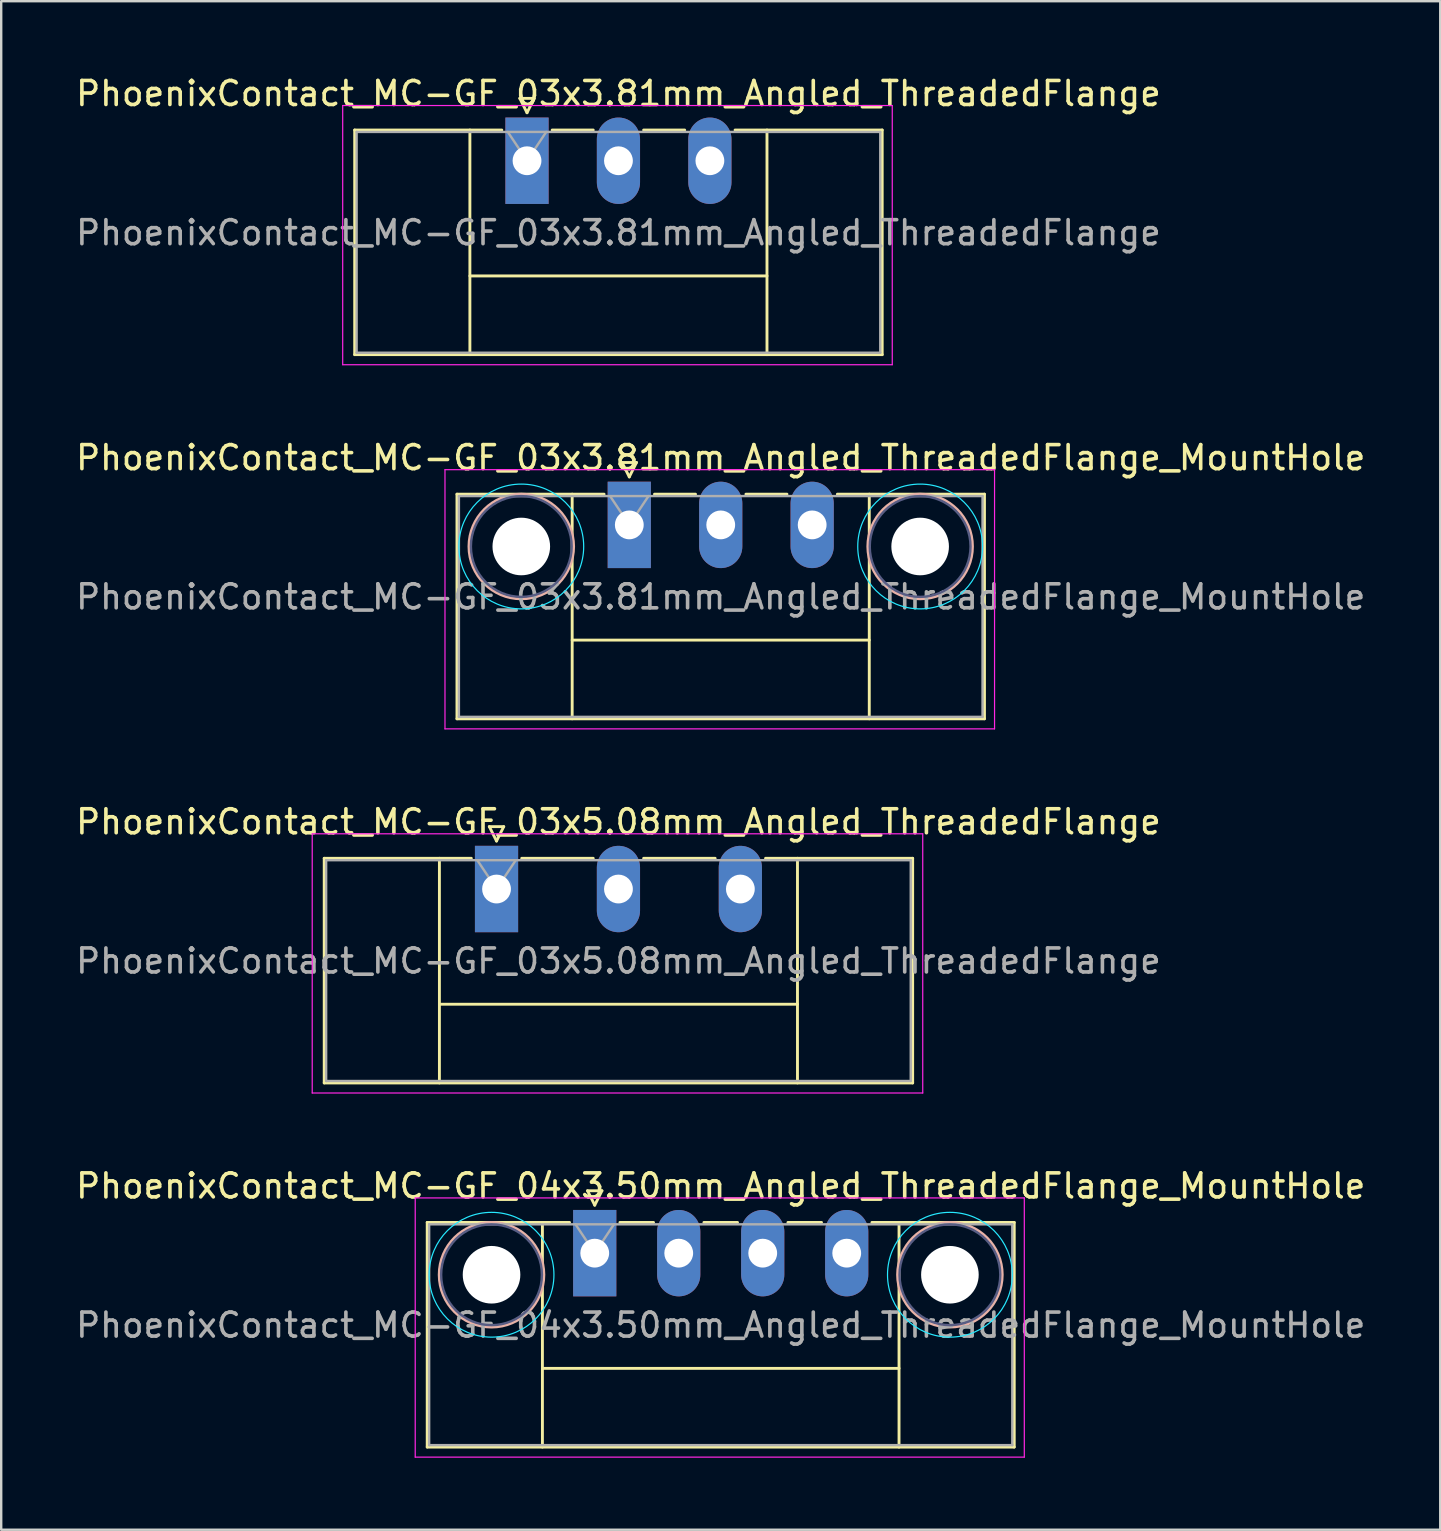
<source format=kicad_pcb>
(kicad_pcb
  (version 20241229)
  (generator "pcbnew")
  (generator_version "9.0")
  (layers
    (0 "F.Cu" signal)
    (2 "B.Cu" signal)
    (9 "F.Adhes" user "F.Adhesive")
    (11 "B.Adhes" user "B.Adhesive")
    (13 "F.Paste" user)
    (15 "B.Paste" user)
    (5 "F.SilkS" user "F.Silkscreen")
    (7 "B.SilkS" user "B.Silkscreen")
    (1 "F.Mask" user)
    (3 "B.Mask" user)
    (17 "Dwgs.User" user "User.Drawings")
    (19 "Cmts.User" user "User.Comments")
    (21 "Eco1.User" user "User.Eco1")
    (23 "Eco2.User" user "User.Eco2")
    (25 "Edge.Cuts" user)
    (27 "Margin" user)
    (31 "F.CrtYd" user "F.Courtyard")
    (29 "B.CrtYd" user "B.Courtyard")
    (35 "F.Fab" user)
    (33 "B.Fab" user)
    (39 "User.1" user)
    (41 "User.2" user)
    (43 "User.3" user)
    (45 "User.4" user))
  (footprint "PhoenixContact_MC-GF_03x3.81mm_Angled_ThreadedFlange"
    (layer "F.Cu")
    (at 18.91 3.648)
    (property "Reference" "PhoenixContact_MC-GF_03x3.81mm_Angled_ThreadedFlange" (at 3.81 -2.8 0) (layer "F.SilkS") (effects (font (size 1 1) (thickness 0.15))))
    (attr through_hole)
    (fp_line (start -7.18 -1.28) (end -7.18 8.08) (stroke (width 0.12) (type solid)) (layer "F.SilkS"))
    (fp_line (start -7.18 -1.28) (end -1.05 -1.28) (stroke (width 0.12) (type solid)) (layer "F.SilkS"))
    (fp_line (start -7.18 8.08) (end 14.8 8.08) (stroke (width 0.12) (type solid)) (layer "F.SilkS"))
    (fp_line (start -2.38 -1.28) (end -2.38 8.08) (stroke (width 0.12) (type solid)) (layer "F.SilkS"))
    (fp_line (start -2.38 4.8) (end 10 4.8) (stroke (width 0.12) (type solid)) (layer "F.SilkS"))
    (fp_line (start -0.3 -2.6) (end 0.3 -2.6) (stroke (width 0.12) (type solid)) (layer "F.SilkS"))
    (fp_line (start 0 -2) (end -0.3 -2.6) (stroke (width 0.12) (type solid)) (layer "F.SilkS"))
    (fp_line (start 0.3 -2.6) (end 0 -2) (stroke (width 0.12) (type solid)) (layer "F.SilkS"))
    (fp_line (start 1.05 -1.28) (end 2.76 -1.28) (stroke (width 0.12) (type solid)) (layer "F.SilkS"))
    (fp_line (start 4.86 -1.28) (end 6.57 -1.28) (stroke (width 0.12) (type solid)) (layer "F.SilkS"))
    (fp_line (start 10 -1.28) (end 10 8.08) (stroke (width 0.12) (type solid)) (layer "F.SilkS"))
    (fp_line (start 14.8 -1.28) (end 8.67 -1.28) (stroke (width 0.12) (type solid)) (layer "F.SilkS"))
    (fp_line (start 14.8 8.08) (end 14.8 -1.28) (stroke (width 0.12) (type solid)) (layer "F.SilkS"))
    (fp_line (start -7.68 -2.3) (end -7.68 8.5) (stroke (width 0.05) (type solid)) (layer "F.CrtYd"))
    (fp_line (start -7.68 8.5) (end 15.22 8.5) (stroke (width 0.05) (type solid)) (layer "F.CrtYd"))
    (fp_line (start 15.22 -2.3) (end -7.68 -2.3) (stroke (width 0.05) (type solid)) (layer "F.CrtYd"))
    (fp_line (start 15.22 8.5) (end 15.22 -2.3) (stroke (width 0.05) (type solid)) (layer "F.CrtYd"))
    (fp_line (start -7.1 -1.2) (end -7.1 8) (stroke (width 0.1) (type solid)) (layer "F.Fab"))
    (fp_line (start -7.1 8) (end 14.72 8) (stroke (width 0.1) (type solid)) (layer "F.Fab"))
    (fp_line (start 0 0) (end -0.8 -1.2) (stroke (width 0.1) (type solid)) (layer "F.Fab"))
    (fp_line (start 0.8 -1.2) (end 0 0) (stroke (width 0.1) (type solid)) (layer "F.Fab"))
    (fp_line (start 14.72 -1.2) (end -7.1 -1.2) (stroke (width 0.1) (type solid)) (layer "F.Fab"))
    (fp_line (start 14.72 8) (end 14.72 -1.2) (stroke (width 0.1) (type solid)) (layer "F.Fab"))
    (fp_text user "${REFERENCE}" (at 3.81 3 0) (layer "F.Fab") (effects (font (size 1 1) (thickness 0.15))))
    (pad "1" thru_hole rect (at 0 0) (size 1.8 3.6) (drill 1.2) (layers "*.Cu" "*.Mask"))
    (pad "2" thru_hole oval (at 3.81 0) (size 1.8 3.6) (drill 1.2) (layers "*.Cu" "*.Mask"))
    (pad "3" thru_hole oval (at 7.62 0) (size 1.8 3.6) (drill 1.2) (layers "*.Cu" "*.Mask")))
  (footprint "PhoenixContact_MC-GF_03x5.08mm_Angled_ThreadedFlange"
    (layer "F.Cu")
    (at 17.64 33.995)
    (property "Reference" "PhoenixContact_MC-GF_03x5.08mm_Angled_ThreadedFlange" (at 5.08 -2.8 0) (layer "F.SilkS") (effects (font (size 1 1) (thickness 0.15))))
    (attr through_hole)
    (fp_line (start -7.18 -1.28) (end -7.18 8.08) (stroke (width 0.12) (type solid)) (layer "F.SilkS"))
    (fp_line (start -7.18 -1.28) (end -1.05 -1.28) (stroke (width 0.12) (type solid)) (layer "F.SilkS"))
    (fp_line (start -7.18 8.08) (end 17.34 8.08) (stroke (width 0.12) (type solid)) (layer "F.SilkS"))
    (fp_line (start -2.38 -1.28) (end -2.38 8.08) (stroke (width 0.12) (type solid)) (layer "F.SilkS"))
    (fp_line (start -2.38 4.8) (end 12.54 4.8) (stroke (width 0.12) (type solid)) (layer "F.SilkS"))
    (fp_line (start -0.3 -2.6) (end 0.3 -2.6) (stroke (width 0.12) (type solid)) (layer "F.SilkS"))
    (fp_line (start 0 -2) (end -0.3 -2.6) (stroke (width 0.12) (type solid)) (layer "F.SilkS"))
    (fp_line (start 0.3 -2.6) (end 0 -2) (stroke (width 0.12) (type solid)) (layer "F.SilkS"))
    (fp_line (start 1.05 -1.28) (end 4.03 -1.28) (stroke (width 0.12) (type solid)) (layer "F.SilkS"))
    (fp_line (start 6.13 -1.28) (end 9.11 -1.28) (stroke (width 0.12) (type solid)) (layer "F.SilkS"))
    (fp_line (start 12.54 -1.28) (end 12.54 8.08) (stroke (width 0.12) (type solid)) (layer "F.SilkS"))
    (fp_line (start 17.34 -1.28) (end 11.21 -1.28) (stroke (width 0.12) (type solid)) (layer "F.SilkS"))
    (fp_line (start 17.34 8.08) (end 17.34 -1.28) (stroke (width 0.12) (type solid)) (layer "F.SilkS"))
    (fp_line (start -7.68 -2.3) (end -7.68 8.5) (stroke (width 0.05) (type solid)) (layer "F.CrtYd"))
    (fp_line (start -7.68 8.5) (end 17.76 8.5) (stroke (width 0.05) (type solid)) (layer "F.CrtYd"))
    (fp_line (start 17.76 -2.3) (end -7.68 -2.3) (stroke (width 0.05) (type solid)) (layer "F.CrtYd"))
    (fp_line (start 17.76 8.5) (end 17.76 -2.3) (stroke (width 0.05) (type solid)) (layer "F.CrtYd"))
    (fp_line (start -7.1 -1.2) (end -7.1 8) (stroke (width 0.1) (type solid)) (layer "F.Fab"))
    (fp_line (start -7.1 8) (end 17.26 8) (stroke (width 0.1) (type solid)) (layer "F.Fab"))
    (fp_line (start 0 0) (end -0.8 -1.2) (stroke (width 0.1) (type solid)) (layer "F.Fab"))
    (fp_line (start 0.8 -1.2) (end 0 0) (stroke (width 0.1) (type solid)) (layer "F.Fab"))
    (fp_line (start 17.26 -1.2) (end -7.1 -1.2) (stroke (width 0.1) (type solid)) (layer "F.Fab"))
    (fp_line (start 17.26 8) (end 17.26 -1.2) (stroke (width 0.1) (type solid)) (layer "F.Fab"))
    (fp_text user "${REFERENCE}" (at 5.08 3 0) (layer "F.Fab") (effects (font (size 1 1) (thickness 0.15))))
    (pad "1" thru_hole rect (at 0 0) (size 1.8 3.6) (drill 1.2) (layers "*.Cu" "*.Mask"))
    (pad "2" thru_hole oval (at 5.08 0) (size 1.8 3.6) (drill 1.2) (layers "*.Cu" "*.Mask"))
    (pad "3" thru_hole oval (at 10.16 0) (size 1.8 3.6) (drill 1.2) (layers "*.Cu" "*.Mask")))
  (footprint "PhoenixContact_MC-GF_03x3.81mm_Angled_ThreadedFlange_MountHole"
    (layer "F.Cu")
    (at 23.172 18.822)
    (property "Reference" "PhoenixContact_MC-GF_03x3.81mm_Angled_ThreadedFlange_MountHole" (at 3.81 -2.8 0) (layer "F.SilkS") (effects (font (size 1 1) (thickness 0.15))))
    (attr through_hole)
    (fp_line (start -7.18 -1.28) (end -7.18 8.08) (stroke (width 0.12) (type solid)) (layer "F.SilkS"))
    (fp_line (start -7.18 -1.28) (end -1.05 -1.28) (stroke (width 0.12) (type solid)) (layer "F.SilkS"))
    (fp_line (start -7.18 8.08) (end 14.8 8.08) (stroke (width 0.12) (type solid)) (layer "F.SilkS"))
    (fp_line (start -2.38 -1.28) (end -2.38 8.08) (stroke (width 0.12) (type solid)) (layer "F.SilkS"))
    (fp_line (start -2.38 4.8) (end 10 4.8) (stroke (width 0.12) (type solid)) (layer "F.SilkS"))
    (fp_line (start -0.3 -2.6) (end 0.3 -2.6) (stroke (width 0.12) (type solid)) (layer "F.SilkS"))
    (fp_line (start 0 -2) (end -0.3 -2.6) (stroke (width 0.12) (type solid)) (layer "F.SilkS"))
    (fp_line (start 0.3 -2.6) (end 0 -2) (stroke (width 0.12) (type solid)) (layer "F.SilkS"))
    (fp_line (start 1.05 -1.28) (end 2.76 -1.28) (stroke (width 0.12) (type solid)) (layer "F.SilkS"))
    (fp_line (start 4.86 -1.28) (end 6.57 -1.28) (stroke (width 0.12) (type solid)) (layer "F.SilkS"))
    (fp_line (start 10 -1.28) (end 10 8.08) (stroke (width 0.12) (type solid)) (layer "F.SilkS"))
    (fp_line (start 14.8 -1.28) (end 8.67 -1.28) (stroke (width 0.12) (type solid)) (layer "F.SilkS"))
    (fp_line (start 14.8 8.08) (end 14.8 -1.28) (stroke (width 0.12) (type solid)) (layer "F.SilkS"))
    (fp_circle (center -4.5 0.9) (end -2.32 0.9) (stroke (width 0.12) (type solid)) (fill no) (layer "B.SilkS"))
    (fp_circle (center 12.12 0.9) (end 14.3 0.9) (stroke (width 0.12) (type solid)) (fill no) (layer "B.SilkS"))
    (fp_circle (center -4.5 0.9) (end -1.9 0.9) (stroke (width 0.05) (type solid)) (fill no) (layer "B.CrtYd"))
    (fp_circle (center 12.12 0.9) (end 14.72 0.9) (stroke (width 0.05) (type solid)) (fill no) (layer "B.CrtYd"))
    (fp_line (start -7.68 -2.3) (end -7.68 8.5) (stroke (width 0.05) (type solid)) (layer "F.CrtYd"))
    (fp_line (start -7.68 8.5) (end 15.22 8.5) (stroke (width 0.05) (type solid)) (layer "F.CrtYd"))
    (fp_line (start 15.22 -2.3) (end -7.68 -2.3) (stroke (width 0.05) (type solid)) (layer "F.CrtYd"))
    (fp_line (start 15.22 8.5) (end 15.22 -2.3) (stroke (width 0.05) (type solid)) (layer "F.CrtYd"))
    (fp_circle (center -4.5 0.9) (end -2.4 0.9) (stroke (width 0.1) (type solid)) (fill no) (layer "B.Fab"))
    (fp_circle (center 12.12 0.9) (end 14.22 0.9) (stroke (width 0.1) (type solid)) (fill no) (layer "B.Fab"))
    (fp_line (start -7.1 -1.2) (end -7.1 8) (stroke (width 0.1) (type solid)) (layer "F.Fab"))
    (fp_line (start -7.1 8) (end 14.72 8) (stroke (width 0.1) (type solid)) (layer "F.Fab"))
    (fp_line (start 0 0) (end -0.8 -1.2) (stroke (width 0.1) (type solid)) (layer "F.Fab"))
    (fp_line (start 0.8 -1.2) (end 0 0) (stroke (width 0.1) (type solid)) (layer "F.Fab"))
    (fp_line (start 14.72 -1.2) (end -7.1 -1.2) (stroke (width 0.1) (type solid)) (layer "F.Fab"))
    (fp_line (start 14.72 8) (end 14.72 -1.2) (stroke (width 0.1) (type solid)) (layer "F.Fab"))
    (fp_text user "${REFERENCE}" (at 3.81 3 0) (layer "F.Fab") (effects (font (size 1 1) (thickness 0.15))))
    (pad "" np_thru_hole circle (at -4.5 0.9) (size 2.4 2.4) (drill 2.4) (layers "*.Cu" "*.Mask"))
    (pad "" np_thru_hole circle (at 12.12 0.9) (size 2.4 2.4) (drill 2.4) (layers "*.Cu" "*.Mask"))
    (pad "1" thru_hole rect (at 0 0) (size 1.8 3.6) (drill 1.2) (layers "*.Cu" "*.Mask"))
    (pad "2" thru_hole oval (at 3.81 0) (size 1.8 3.6) (drill 1.2) (layers "*.Cu" "*.Mask"))
    (pad "3" thru_hole oval (at 7.62 0) (size 1.8 3.6) (drill 1.2) (layers "*.Cu" "*.Mask")))
  (footprint "PhoenixContact_MC-GF_04x3.50mm_Angled_ThreadedFlange_MountHole"
    (layer "F.Cu")
    (at 21.732 49.168)
    (property "Reference" "PhoenixContact_MC-GF_04x3.50mm_Angled_ThreadedFlange_MountHole" (at 5.25 -2.8 0) (layer "F.SilkS") (effects (font (size 1 1) (thickness 0.15))))
    (attr through_hole)
    (fp_line (start -6.98 -1.28) (end -6.98 8.08) (stroke (width 0.12) (type solid)) (layer "F.SilkS"))
    (fp_line (start -6.98 -1.28) (end -1.05 -1.28) (stroke (width 0.12) (type solid)) (layer "F.SilkS"))
    (fp_line (start -6.98 8.08) (end 17.48 8.08) (stroke (width 0.12) (type solid)) (layer "F.SilkS"))
    (fp_line (start -2.18 -1.28) (end -2.18 8.08) (stroke (width 0.12) (type solid)) (layer "F.SilkS"))
    (fp_line (start -2.18 4.8) (end 12.68 4.8) (stroke (width 0.12) (type solid)) (layer "F.SilkS"))
    (fp_line (start -0.3 -2.6) (end 0.3 -2.6) (stroke (width 0.12) (type solid)) (layer "F.SilkS"))
    (fp_line (start 0 -2) (end -0.3 -2.6) (stroke (width 0.12) (type solid)) (layer "F.SilkS"))
    (fp_line (start 0.3 -2.6) (end 0 -2) (stroke (width 0.12) (type solid)) (layer "F.SilkS"))
    (fp_line (start 1.05 -1.28) (end 2.45 -1.28) (stroke (width 0.12) (type solid)) (layer "F.SilkS"))
    (fp_line (start 4.55 -1.28) (end 5.95 -1.28) (stroke (width 0.12) (type solid)) (layer "F.SilkS"))
    (fp_line (start 8.05 -1.28) (end 9.45 -1.28) (stroke (width 0.12) (type solid)) (layer "F.SilkS"))
    (fp_line (start 12.68 -1.28) (end 12.68 8.08) (stroke (width 0.12) (type solid)) (layer "F.SilkS"))
    (fp_line (start 17.48 -1.28) (end 11.55 -1.28) (stroke (width 0.12) (type solid)) (layer "F.SilkS"))
    (fp_line (start 17.48 8.08) (end 17.48 -1.28) (stroke (width 0.12) (type solid)) (layer "F.SilkS"))
    (fp_circle (center -4.3 0.9) (end -2.12 0.9) (stroke (width 0.12) (type solid)) (fill no) (layer "B.SilkS"))
    (fp_circle (center 14.8 0.9) (end 16.98 0.9) (stroke (width 0.12) (type solid)) (fill no) (layer "B.SilkS"))
    (fp_circle (center -4.3 0.9) (end -1.7 0.9) (stroke (width 0.05) (type solid)) (fill no) (layer "B.CrtYd"))
    (fp_circle (center 14.8 0.9) (end 17.4 0.9) (stroke (width 0.05) (type solid)) (fill no) (layer "B.CrtYd"))
    (fp_line (start -7.48 -2.3) (end -7.48 8.5) (stroke (width 0.05) (type solid)) (layer "F.CrtYd"))
    (fp_line (start -7.48 8.5) (end 17.9 8.5) (stroke (width 0.05) (type solid)) (layer "F.CrtYd"))
    (fp_line (start 17.9 -2.3) (end -7.48 -2.3) (stroke (width 0.05) (type solid)) (layer "F.CrtYd"))
    (fp_line (start 17.9 8.5) (end 17.9 -2.3) (stroke (width 0.05) (type solid)) (layer "F.CrtYd"))
    (fp_circle (center -4.3 0.9) (end -2.2 0.9) (stroke (width 0.1) (type solid)) (fill no) (layer "B.Fab"))
    (fp_circle (center 14.8 0.9) (end 16.9 0.9) (stroke (width 0.1) (type solid)) (fill no) (layer "B.Fab"))
    (fp_line (start -6.9 -1.2) (end -6.9 8) (stroke (width 0.1) (type solid)) (layer "F.Fab"))
    (fp_line (start -6.9 8) (end 17.4 8) (stroke (width 0.1) (type solid)) (layer "F.Fab"))
    (fp_line (start 0 0) (end -0.8 -1.2) (stroke (width 0.1) (type solid)) (layer "F.Fab"))
    (fp_line (start 0.8 -1.2) (end 0 0) (stroke (width 0.1) (type solid)) (layer "F.Fab"))
    (fp_line (start 17.4 -1.2) (end -6.9 -1.2) (stroke (width 0.1) (type solid)) (layer "F.Fab"))
    (fp_line (start 17.4 8) (end 17.4 -1.2) (stroke (width 0.1) (type solid)) (layer "F.Fab"))
    (fp_text user "${REFERENCE}" (at 5.25 3 0) (layer "F.Fab") (effects (font (size 1 1) (thickness 0.15))))
    (pad "" np_thru_hole circle (at -4.3 0.9) (size 2.4 2.4) (drill 2.4) (layers "*.Cu" "*.Mask"))
    (pad "" np_thru_hole circle (at 14.8 0.9) (size 2.4 2.4) (drill 2.4) (layers "*.Cu" "*.Mask"))
    (pad "1" thru_hole rect (at 0 0) (size 1.8 3.6) (drill 1.2) (layers "*.Cu" "*.Mask"))
    (pad "2" thru_hole oval (at 3.5 0) (size 1.8 3.6) (drill 1.2) (layers "*.Cu" "*.Mask"))
    (pad "3" thru_hole oval (at 7 0) (size 1.8 3.6) (drill 1.2) (layers "*.Cu" "*.Mask"))
    (pad "4" thru_hole oval (at 10.5 0) (size 1.8 3.6) (drill 1.2) (layers "*.Cu" "*.Mask")))
  (gr_rect
    (start -3 -3)
    (end 56.964 60.693)
    (stroke (width 0.1) (type default))
    (fill no)
    (layer "Edge.Cuts")))
</source>
